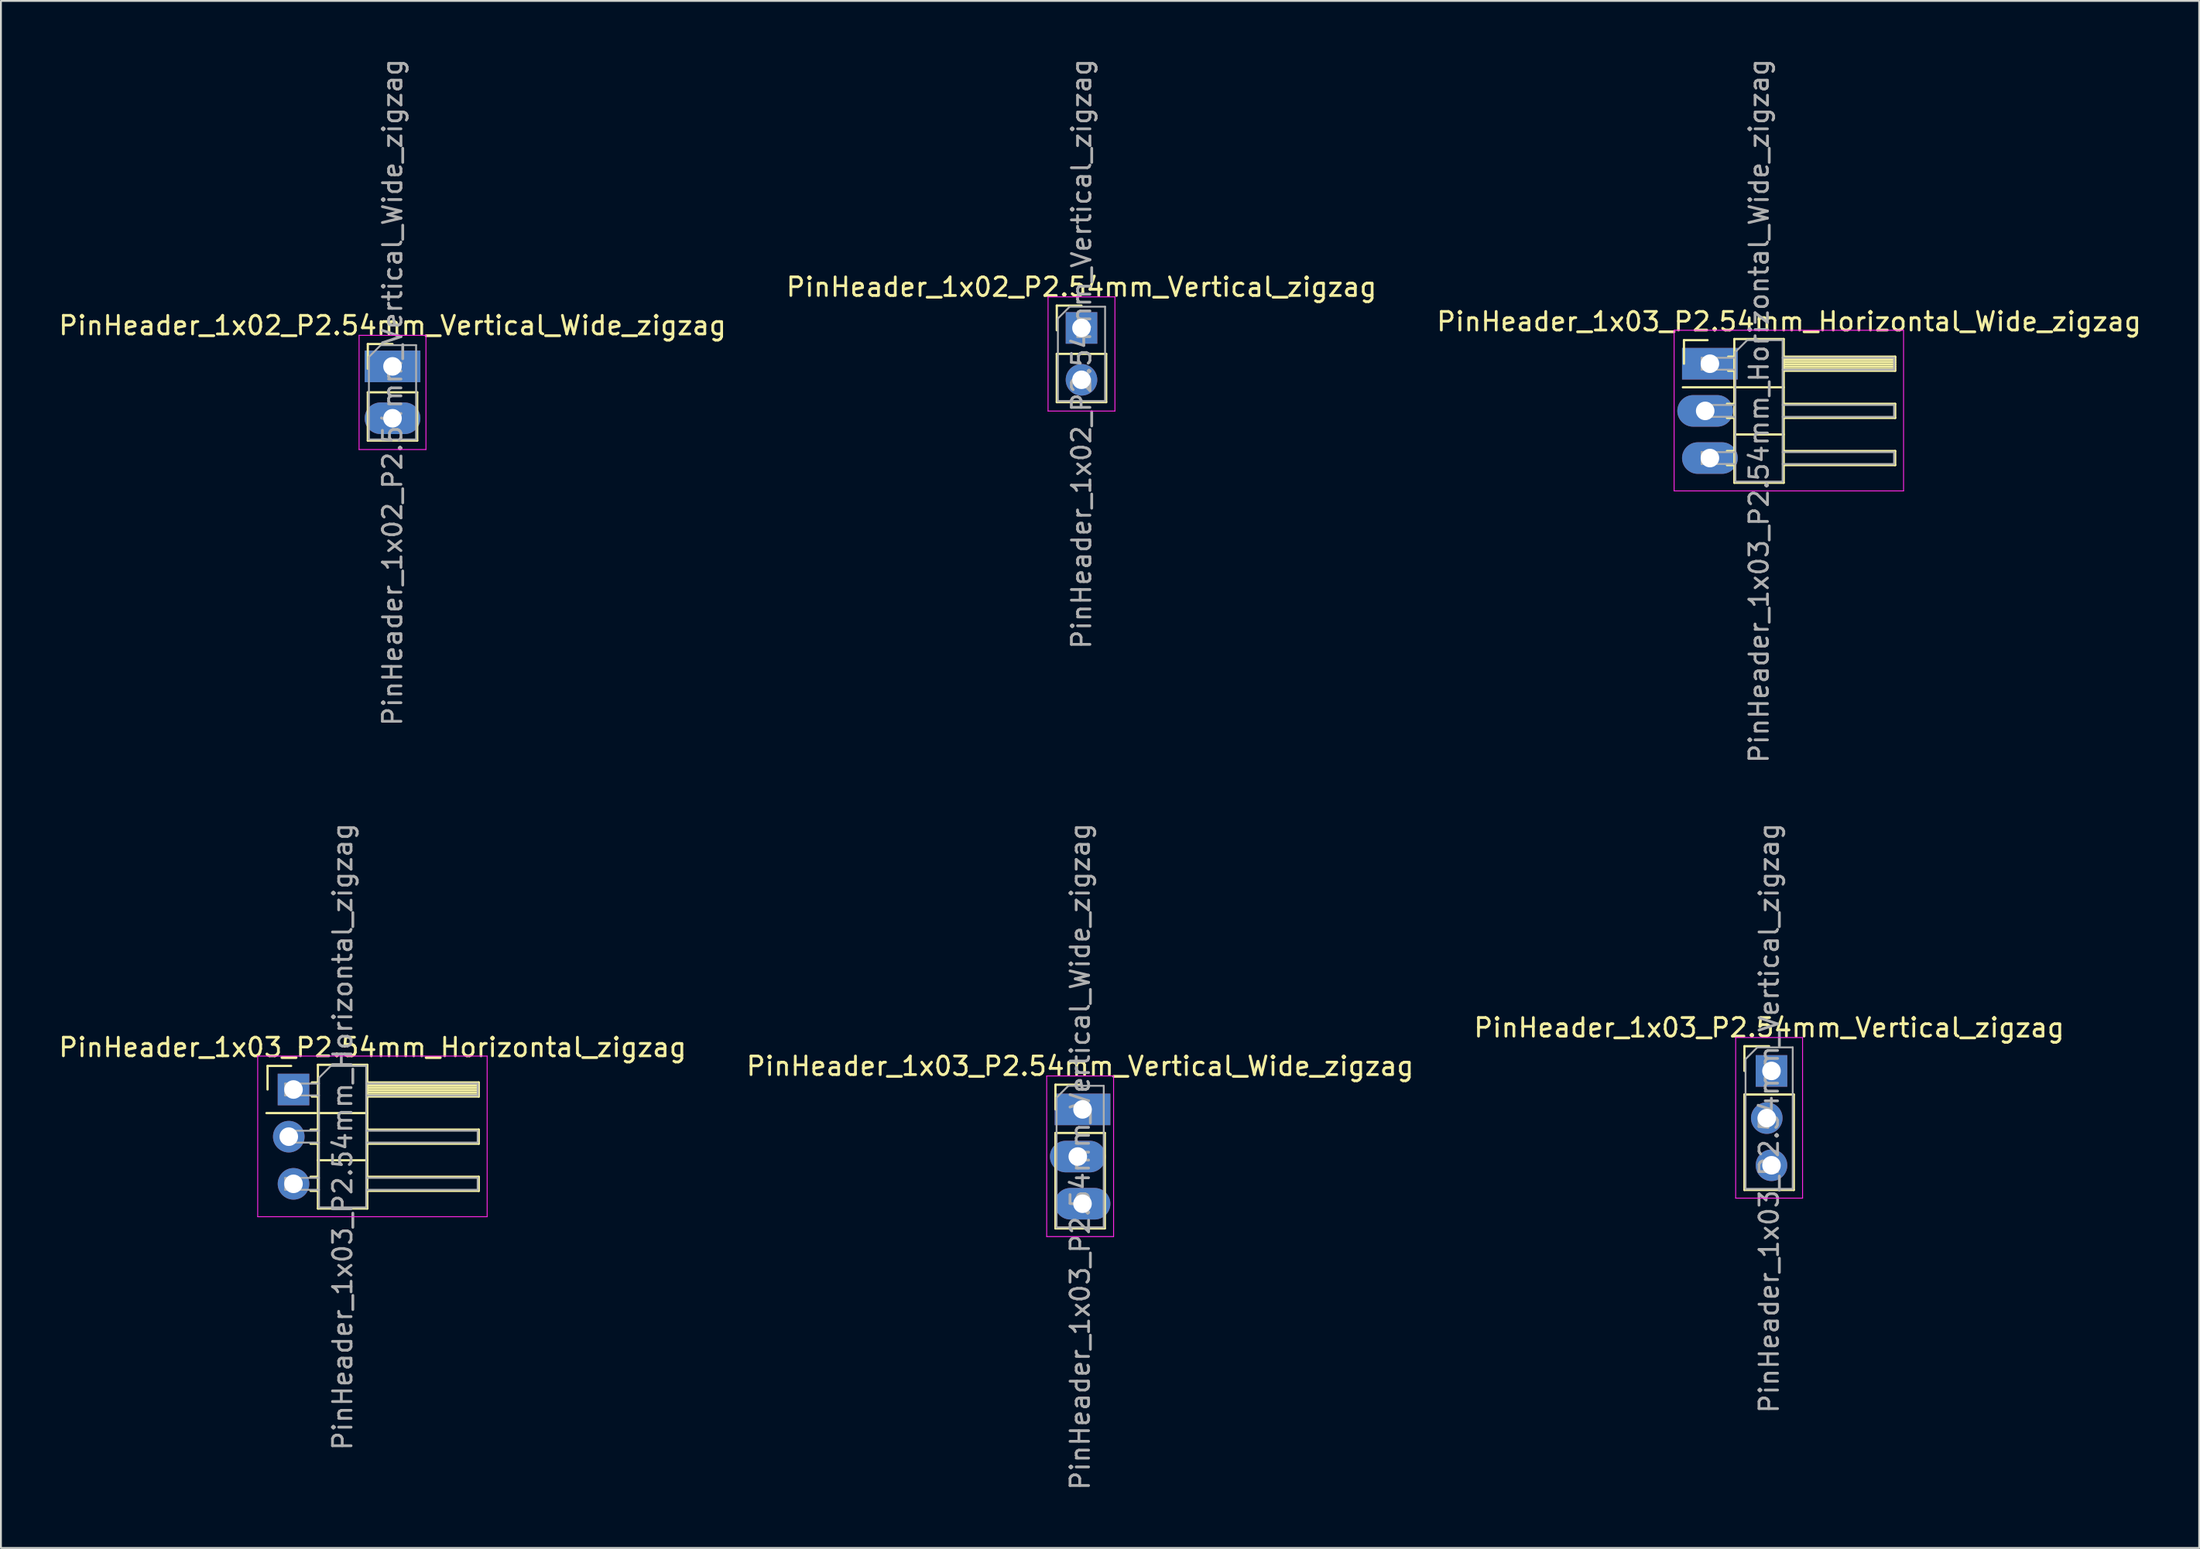
<source format=kicad_pcb>
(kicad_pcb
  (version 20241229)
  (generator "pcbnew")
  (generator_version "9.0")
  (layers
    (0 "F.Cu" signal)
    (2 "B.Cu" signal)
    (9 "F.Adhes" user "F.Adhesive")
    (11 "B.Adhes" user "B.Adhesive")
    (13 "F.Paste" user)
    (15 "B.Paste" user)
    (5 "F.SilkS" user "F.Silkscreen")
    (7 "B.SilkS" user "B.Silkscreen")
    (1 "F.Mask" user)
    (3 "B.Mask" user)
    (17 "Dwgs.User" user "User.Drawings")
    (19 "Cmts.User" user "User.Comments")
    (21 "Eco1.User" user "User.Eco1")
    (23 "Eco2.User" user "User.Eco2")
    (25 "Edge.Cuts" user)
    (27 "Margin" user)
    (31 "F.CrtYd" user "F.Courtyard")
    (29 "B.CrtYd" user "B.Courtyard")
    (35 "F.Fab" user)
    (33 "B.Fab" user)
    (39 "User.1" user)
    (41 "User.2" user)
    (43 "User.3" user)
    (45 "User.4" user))
  (footprint "PinHeader_1x02_P2.54mm_Vertical_zigzag"
    (layer "F.Cu")
    (at 55.161 14.736)
    (property "Reference" "PinHeader_1x02_P2.54mm_Vertical_zigzag" (at 0 -2.33 0) (layer "F.SilkS") (effects (font (size 1 1) (thickness 0.15))))
    (attr through_hole)
    (fp_line (start -1.33 -1.33) (end 0 -1.33) (stroke (width 0.12) (type solid)) (layer "F.SilkS"))
    (fp_line (start -1.33 0) (end -1.33 -1.33) (stroke (width 0.12) (type solid)) (layer "F.SilkS"))
    (fp_line (start -1.33 1.27) (end -1.33 3.87) (stroke (width 0.12) (type solid)) (layer "F.SilkS"))
    (fp_line (start -1.33 1.27) (end 1.33 1.27) (stroke (width 0.12) (type solid)) (layer "F.SilkS"))
    (fp_line (start -1.33 3.87) (end 1.33 3.87) (stroke (width 0.12) (type solid)) (layer "F.SilkS"))
    (fp_line (start 1.33 1.27) (end 1.33 3.87) (stroke (width 0.12) (type solid)) (layer "F.SilkS"))
    (fp_line (start -1.8 -1.8) (end -1.8 4.35) (stroke (width 0.05) (type solid)) (layer "F.CrtYd"))
    (fp_line (start -1.8 4.35) (end 1.8 4.35) (stroke (width 0.05) (type solid)) (layer "F.CrtYd"))
    (fp_line (start 1.8 -1.8) (end -1.8 -1.8) (stroke (width 0.05) (type solid)) (layer "F.CrtYd"))
    (fp_line (start 1.8 4.35) (end 1.8 -1.8) (stroke (width 0.05) (type solid)) (layer "F.CrtYd"))
    (fp_line (start -1.27 -0.635) (end -0.635 -1.27) (stroke (width 0.1) (type solid)) (layer "F.Fab"))
    (fp_line (start -1.27 3.81) (end -1.27 -0.635) (stroke (width 0.1) (type solid)) (layer "F.Fab"))
    (fp_line (start -0.635 -1.27) (end 1.27 -1.27) (stroke (width 0.1) (type solid)) (layer "F.Fab"))
    (fp_line (start 1.27 -1.27) (end 1.27 3.81) (stroke (width 0.1) (type solid)) (layer "F.Fab"))
    (fp_line (start 1.27 3.81) (end -1.27 3.81) (stroke (width 0.1) (type solid)) (layer "F.Fab"))
    (fp_text user "${REFERENCE}" (at 0 1.27 90) (layer "F.Fab") (effects (font (size 1 1) (thickness 0.15))))
    (pad "1" thru_hole rect (at 0 -0.127) (size 1.7 1.7) (drill 1) (layers "*.Cu" "*.Mask"))
    (pad "2" thru_hole oval (at 0 2.667) (size 1.7 1.7) (drill 1) (layers "*.Cu" "*.Mask")))
  (footprint "PinHeader_1x02_P2.54mm_Vertical_Wide_zigzag"
    (layer "F.Cu")
    (at 18.077 16.807)
    (property "Reference" "PinHeader_1x02_P2.54mm_Vertical_Wide_zigzag" (at 0 -2.33 0) (layer "F.SilkS") (effects (font (size 1 1) (thickness 0.15))))
    (attr through_hole)
    (fp_line (start -1.33 -1.33) (end 0 -1.33) (stroke (width 0.12) (type solid)) (layer "F.SilkS"))
    (fp_line (start -1.33 0) (end -1.33 -1.33) (stroke (width 0.12) (type solid)) (layer "F.SilkS"))
    (fp_line (start -1.33 1.27) (end -1.33 3.87) (stroke (width 0.12) (type solid)) (layer "F.SilkS"))
    (fp_line (start -1.33 1.27) (end 1.33 1.27) (stroke (width 0.12) (type solid)) (layer "F.SilkS"))
    (fp_line (start -1.33 3.87) (end 1.33 3.87) (stroke (width 0.12) (type solid)) (layer "F.SilkS"))
    (fp_line (start 1.33 1.27) (end 1.33 3.87) (stroke (width 0.12) (type solid)) (layer "F.SilkS"))
    (fp_line (start -1.8 -1.8) (end -1.8 4.35) (stroke (width 0.05) (type solid)) (layer "F.CrtYd"))
    (fp_line (start -1.8 4.35) (end 1.8 4.35) (stroke (width 0.05) (type solid)) (layer "F.CrtYd"))
    (fp_line (start 1.8 -1.8) (end -1.8 -1.8) (stroke (width 0.05) (type solid)) (layer "F.CrtYd"))
    (fp_line (start 1.8 4.35) (end 1.8 -1.8) (stroke (width 0.05) (type solid)) (layer "F.CrtYd"))
    (fp_line (start -1.27 -0.635) (end -0.635 -1.27) (stroke (width 0.1) (type solid)) (layer "F.Fab"))
    (fp_line (start -1.27 3.81) (end -1.27 -0.635) (stroke (width 0.1) (type solid)) (layer "F.Fab"))
    (fp_line (start -0.635 -1.27) (end 1.27 -1.27) (stroke (width 0.1) (type solid)) (layer "F.Fab"))
    (fp_line (start 1.27 -1.27) (end 1.27 3.81) (stroke (width 0.1) (type solid)) (layer "F.Fab"))
    (fp_line (start 1.27 3.81) (end -1.27 3.81) (stroke (width 0.1) (type solid)) (layer "F.Fab"))
    (fp_text user "${REFERENCE}" (at 0 1.27 90) (layer "F.Fab") (effects (font (size 1 1) (thickness 0.15))))
    (pad "1" thru_hole rect (at 0 -0.127) (size 3 1.7) (drill 1) (layers "*.Cu" "*.Mask"))
    (pad "2" thru_hole oval (at 0 2.667) (size 3 1.7) (drill 1) (layers "*.Cu" "*.Mask")))
  (footprint "PinHeader_1x03_P2.54mm_Horizontal_zigzag"
    (layer "F.Cu")
    (at 12.621 55.621)
    (property "Reference" "PinHeader_1x03_P2.54mm_Horizontal_zigzag" (at 4.385 -2.27 0) (layer "F.SilkS") (effects (font (size 1 1) (thickness 0.15))))
    (attr through_hole)
    (fp_line (start -1.33 1.27) (end 1.33 1.27) (stroke (width 0.12) (type solid)) (layer "F.SilkS"))
    (fp_line (start -1.27 -1.27) (end 0 -1.27) (stroke (width 0.12) (type solid)) (layer "F.SilkS"))
    (fp_line (start -1.27 0) (end -1.27 -1.27) (stroke (width 0.12) (type solid)) (layer "F.SilkS"))
    (fp_line (start 1.043 2.16) (end 1.44 2.16) (stroke (width 0.12) (type solid)) (layer "F.SilkS"))
    (fp_line (start 1.043 2.92) (end 1.44 2.92) (stroke (width 0.12) (type solid)) (layer "F.SilkS"))
    (fp_line (start 1.043 4.7) (end 1.44 4.7) (stroke (width 0.12) (type solid)) (layer "F.SilkS"))
    (fp_line (start 1.043 5.46) (end 1.44 5.46) (stroke (width 0.12) (type solid)) (layer "F.SilkS"))
    (fp_line (start 1.11 -0.38) (end 1.44 -0.38) (stroke (width 0.12) (type solid)) (layer "F.SilkS"))
    (fp_line (start 1.11 0.38) (end 1.44 0.38) (stroke (width 0.12) (type solid)) (layer "F.SilkS"))
    (fp_line (start 1.44 -1.33) (end 1.44 6.41) (stroke (width 0.12) (type solid)) (layer "F.SilkS"))
    (fp_line (start 1.44 1.27) (end 4.1 1.27) (stroke (width 0.12) (type solid)) (layer "F.SilkS"))
    (fp_line (start 1.44 3.81) (end 4.1 3.81) (stroke (width 0.12) (type solid)) (layer "F.SilkS"))
    (fp_line (start 1.44 6.41) (end 4.1 6.41) (stroke (width 0.12) (type solid)) (layer "F.SilkS"))
    (fp_line (start 4.1 -1.33) (end 1.44 -1.33) (stroke (width 0.12) (type solid)) (layer "F.SilkS"))
    (fp_line (start 4.1 -0.38) (end 10.1 -0.38) (stroke (width 0.12) (type solid)) (layer "F.SilkS"))
    (fp_line (start 4.1 -0.32) (end 10.1 -0.32) (stroke (width 0.12) (type solid)) (layer "F.SilkS"))
    (fp_line (start 4.1 -0.2) (end 10.1 -0.2) (stroke (width 0.12) (type solid)) (layer "F.SilkS"))
    (fp_line (start 4.1 -0.08) (end 10.1 -0.08) (stroke (width 0.12) (type solid)) (layer "F.SilkS"))
    (fp_line (start 4.1 0.04) (end 10.1 0.04) (stroke (width 0.12) (type solid)) (layer "F.SilkS"))
    (fp_line (start 4.1 0.16) (end 10.1 0.16) (stroke (width 0.12) (type solid)) (layer "F.SilkS"))
    (fp_line (start 4.1 0.28) (end 10.1 0.28) (stroke (width 0.12) (type solid)) (layer "F.SilkS"))
    (fp_line (start 4.1 2.16) (end 10.1 2.16) (stroke (width 0.12) (type solid)) (layer "F.SilkS"))
    (fp_line (start 4.1 4.7) (end 10.1 4.7) (stroke (width 0.12) (type solid)) (layer "F.SilkS"))
    (fp_line (start 4.1 6.41) (end 4.1 -1.33) (stroke (width 0.12) (type solid)) (layer "F.SilkS"))
    (fp_line (start 10.1 -0.38) (end 10.1 0.38) (stroke (width 0.12) (type solid)) (layer "F.SilkS"))
    (fp_line (start 10.1 0.38) (end 4.1 0.38) (stroke (width 0.12) (type solid)) (layer "F.SilkS"))
    (fp_line (start 10.1 2.16) (end 10.1 2.92) (stroke (width 0.12) (type solid)) (layer "F.SilkS"))
    (fp_line (start 10.1 2.92) (end 4.1 2.92) (stroke (width 0.12) (type solid)) (layer "F.SilkS"))
    (fp_line (start 10.1 4.7) (end 10.1 5.46) (stroke (width 0.12) (type solid)) (layer "F.SilkS"))
    (fp_line (start 10.1 5.46) (end 4.1 5.46) (stroke (width 0.12) (type solid)) (layer "F.SilkS"))
    (fp_line (start -1.8 -1.8) (end -1.8 6.85) (stroke (width 0.05) (type solid)) (layer "F.CrtYd"))
    (fp_line (start -1.8 6.85) (end 10.55 6.85) (stroke (width 0.05) (type solid)) (layer "F.CrtYd"))
    (fp_line (start 10.55 -1.8) (end -1.8 -1.8) (stroke (width 0.05) (type solid)) (layer "F.CrtYd"))
    (fp_line (start 10.55 6.85) (end 10.55 -1.8) (stroke (width 0.05) (type solid)) (layer "F.CrtYd"))
    (fp_line (start -0.32 -0.32) (end -0.32 0.32) (stroke (width 0.1) (type solid)) (layer "F.Fab"))
    (fp_line (start -0.32 -0.32) (end 1.5 -0.32) (stroke (width 0.1) (type solid)) (layer "F.Fab"))
    (fp_line (start -0.32 0.32) (end 1.5 0.32) (stroke (width 0.1) (type solid)) (layer "F.Fab"))
    (fp_line (start -0.32 2.22) (end -0.32 2.86) (stroke (width 0.1) (type solid)) (layer "F.Fab"))
    (fp_line (start -0.32 2.22) (end 1.5 2.22) (stroke (width 0.1) (type solid)) (layer "F.Fab"))
    (fp_line (start -0.32 2.86) (end 1.5 2.86) (stroke (width 0.1) (type solid)) (layer "F.Fab"))
    (fp_line (start -0.32 4.76) (end -0.32 5.4) (stroke (width 0.1) (type solid)) (layer "F.Fab"))
    (fp_line (start -0.32 4.76) (end 1.5 4.76) (stroke (width 0.1) (type solid)) (layer "F.Fab"))
    (fp_line (start -0.32 5.4) (end 1.5 5.4) (stroke (width 0.1) (type solid)) (layer "F.Fab"))
    (fp_line (start 1.5 -0.635) (end 2.135 -1.27) (stroke (width 0.1) (type solid)) (layer "F.Fab"))
    (fp_line (start 1.5 6.35) (end 1.5 -0.635) (stroke (width 0.1) (type solid)) (layer "F.Fab"))
    (fp_line (start 2.135 -1.27) (end 4.04 -1.27) (stroke (width 0.1) (type solid)) (layer "F.Fab"))
    (fp_line (start 4.04 -1.27) (end 4.04 6.35) (stroke (width 0.1) (type solid)) (layer "F.Fab"))
    (fp_line (start 4.04 -0.32) (end 10.04 -0.32) (stroke (width 0.1) (type solid)) (layer "F.Fab"))
    (fp_line (start 4.04 0.32) (end 10.04 0.32) (stroke (width 0.1) (type solid)) (layer "F.Fab"))
    (fp_line (start 4.04 2.22) (end 10.04 2.22) (stroke (width 0.1) (type solid)) (layer "F.Fab"))
    (fp_line (start 4.04 2.86) (end 10.04 2.86) (stroke (width 0.1) (type solid)) (layer "F.Fab"))
    (fp_line (start 4.04 4.76) (end 10.04 4.76) (stroke (width 0.1) (type solid)) (layer "F.Fab"))
    (fp_line (start 4.04 5.4) (end 10.04 5.4) (stroke (width 0.1) (type solid)) (layer "F.Fab"))
    (fp_line (start 4.04 6.35) (end 1.5 6.35) (stroke (width 0.1) (type solid)) (layer "F.Fab"))
    (fp_line (start 10.04 -0.32) (end 10.04 0.32) (stroke (width 0.1) (type solid)) (layer "F.Fab"))
    (fp_line (start 10.04 2.22) (end 10.04 2.86) (stroke (width 0.1) (type solid)) (layer "F.Fab"))
    (fp_line (start 10.04 4.76) (end 10.04 5.4) (stroke (width 0.1) (type solid)) (layer "F.Fab"))
    (fp_text user "${REFERENCE}" (at 2.77 2.54 90) (layer "F.Fab") (effects (font (size 1 1) (thickness 0.15))))
    (pad "1" thru_hole rect (at 0.127 0) (size 1.7 1.7) (drill 1) (layers "*.Cu" "*.Mask"))
    (pad "2" thru_hole oval (at -0.127 2.54) (size 1.7 1.7) (drill 1) (layers "*.Cu" "*.Mask"))
    (pad "3" thru_hole oval (at 0.127 5.08) (size 1.7 1.7) (drill 1) (layers "*.Cu" "*.Mask")))
  (footprint "PinHeader_1x03_P2.54mm_Horizontal_Wide_zigzag"
    (layer "F.Cu")
    (at 88.859 16.537)
    (property "Reference" "PinHeader_1x03_P2.54mm_Horizontal_Wide_zigzag" (at 4.385 -2.27 0) (layer "F.SilkS") (effects (font (size 1 1) (thickness 0.15))))
    (attr through_hole)
    (fp_line (start -1.33 1.27) (end 1.33 1.27) (stroke (width 0.12) (type solid)) (layer "F.SilkS"))
    (fp_line (start -1.27 -1.27) (end 0 -1.27) (stroke (width 0.12) (type solid)) (layer "F.SilkS"))
    (fp_line (start -1.27 0) (end -1.27 -1.27) (stroke (width 0.12) (type solid)) (layer "F.SilkS"))
    (fp_line (start 1.043 2.16) (end 1.44 2.16) (stroke (width 0.12) (type solid)) (layer "F.SilkS"))
    (fp_line (start 1.043 2.92) (end 1.44 2.92) (stroke (width 0.12) (type solid)) (layer "F.SilkS"))
    (fp_line (start 1.043 4.7) (end 1.44 4.7) (stroke (width 0.12) (type solid)) (layer "F.SilkS"))
    (fp_line (start 1.043 5.46) (end 1.44 5.46) (stroke (width 0.12) (type solid)) (layer "F.SilkS"))
    (fp_line (start 1.11 -0.38) (end 1.44 -0.38) (stroke (width 0.12) (type solid)) (layer "F.SilkS"))
    (fp_line (start 1.11 0.38) (end 1.44 0.38) (stroke (width 0.12) (type solid)) (layer "F.SilkS"))
    (fp_line (start 1.44 -1.33) (end 1.44 6.41) (stroke (width 0.12) (type solid)) (layer "F.SilkS"))
    (fp_line (start 1.44 1.27) (end 4.1 1.27) (stroke (width 0.12) (type solid)) (layer "F.SilkS"))
    (fp_line (start 1.44 3.81) (end 4.1 3.81) (stroke (width 0.12) (type solid)) (layer "F.SilkS"))
    (fp_line (start 1.44 6.41) (end 4.1 6.41) (stroke (width 0.12) (type solid)) (layer "F.SilkS"))
    (fp_line (start 4.1 -1.33) (end 1.44 -1.33) (stroke (width 0.12) (type solid)) (layer "F.SilkS"))
    (fp_line (start 4.1 -0.38) (end 10.1 -0.38) (stroke (width 0.12) (type solid)) (layer "F.SilkS"))
    (fp_line (start 4.1 -0.32) (end 10.1 -0.32) (stroke (width 0.12) (type solid)) (layer "F.SilkS"))
    (fp_line (start 4.1 -0.2) (end 10.1 -0.2) (stroke (width 0.12) (type solid)) (layer "F.SilkS"))
    (fp_line (start 4.1 -0.08) (end 10.1 -0.08) (stroke (width 0.12) (type solid)) (layer "F.SilkS"))
    (fp_line (start 4.1 0.04) (end 10.1 0.04) (stroke (width 0.12) (type solid)) (layer "F.SilkS"))
    (fp_line (start 4.1 0.16) (end 10.1 0.16) (stroke (width 0.12) (type solid)) (layer "F.SilkS"))
    (fp_line (start 4.1 0.28) (end 10.1 0.28) (stroke (width 0.12) (type solid)) (layer "F.SilkS"))
    (fp_line (start 4.1 2.16) (end 10.1 2.16) (stroke (width 0.12) (type solid)) (layer "F.SilkS"))
    (fp_line (start 4.1 4.7) (end 10.1 4.7) (stroke (width 0.12) (type solid)) (layer "F.SilkS"))
    (fp_line (start 4.1 6.41) (end 4.1 -1.33) (stroke (width 0.12) (type solid)) (layer "F.SilkS"))
    (fp_line (start 10.1 -0.38) (end 10.1 0.38) (stroke (width 0.12) (type solid)) (layer "F.SilkS"))
    (fp_line (start 10.1 0.38) (end 4.1 0.38) (stroke (width 0.12) (type solid)) (layer "F.SilkS"))
    (fp_line (start 10.1 2.16) (end 10.1 2.92) (stroke (width 0.12) (type solid)) (layer "F.SilkS"))
    (fp_line (start 10.1 2.92) (end 4.1 2.92) (stroke (width 0.12) (type solid)) (layer "F.SilkS"))
    (fp_line (start 10.1 4.7) (end 10.1 5.46) (stroke (width 0.12) (type solid)) (layer "F.SilkS"))
    (fp_line (start 10.1 5.46) (end 4.1 5.46) (stroke (width 0.12) (type solid)) (layer "F.SilkS"))
    (fp_line (start -1.8 -1.8) (end -1.8 6.85) (stroke (width 0.05) (type solid)) (layer "F.CrtYd"))
    (fp_line (start -1.8 6.85) (end 10.55 6.85) (stroke (width 0.05) (type solid)) (layer "F.CrtYd"))
    (fp_line (start 10.55 -1.8) (end -1.8 -1.8) (stroke (width 0.05) (type solid)) (layer "F.CrtYd"))
    (fp_line (start 10.55 6.85) (end 10.55 -1.8) (stroke (width 0.05) (type solid)) (layer "F.CrtYd"))
    (fp_line (start -0.32 -0.32) (end -0.32 0.32) (stroke (width 0.1) (type solid)) (layer "F.Fab"))
    (fp_line (start -0.32 -0.32) (end 1.5 -0.32) (stroke (width 0.1) (type solid)) (layer "F.Fab"))
    (fp_line (start -0.32 0.32) (end 1.5 0.32) (stroke (width 0.1) (type solid)) (layer "F.Fab"))
    (fp_line (start -0.32 2.22) (end -0.32 2.86) (stroke (width 0.1) (type solid)) (layer "F.Fab"))
    (fp_line (start -0.32 2.22) (end 1.5 2.22) (stroke (width 0.1) (type solid)) (layer "F.Fab"))
    (fp_line (start -0.32 2.86) (end 1.5 2.86) (stroke (width 0.1) (type solid)) (layer "F.Fab"))
    (fp_line (start -0.32 4.76) (end -0.32 5.4) (stroke (width 0.1) (type solid)) (layer "F.Fab"))
    (fp_line (start -0.32 4.76) (end 1.5 4.76) (stroke (width 0.1) (type solid)) (layer "F.Fab"))
    (fp_line (start -0.32 5.4) (end 1.5 5.4) (stroke (width 0.1) (type solid)) (layer "F.Fab"))
    (fp_line (start 1.5 -0.635) (end 2.135 -1.27) (stroke (width 0.1) (type solid)) (layer "F.Fab"))
    (fp_line (start 1.5 6.35) (end 1.5 -0.635) (stroke (width 0.1) (type solid)) (layer "F.Fab"))
    (fp_line (start 2.135 -1.27) (end 4.04 -1.27) (stroke (width 0.1) (type solid)) (layer "F.Fab"))
    (fp_line (start 4.04 -1.27) (end 4.04 6.35) (stroke (width 0.1) (type solid)) (layer "F.Fab"))
    (fp_line (start 4.04 -0.32) (end 10.04 -0.32) (stroke (width 0.1) (type solid)) (layer "F.Fab"))
    (fp_line (start 4.04 0.32) (end 10.04 0.32) (stroke (width 0.1) (type solid)) (layer "F.Fab"))
    (fp_line (start 4.04 2.22) (end 10.04 2.22) (stroke (width 0.1) (type solid)) (layer "F.Fab"))
    (fp_line (start 4.04 2.86) (end 10.04 2.86) (stroke (width 0.1) (type solid)) (layer "F.Fab"))
    (fp_line (start 4.04 4.76) (end 10.04 4.76) (stroke (width 0.1) (type solid)) (layer "F.Fab"))
    (fp_line (start 4.04 5.4) (end 10.04 5.4) (stroke (width 0.1) (type solid)) (layer "F.Fab"))
    (fp_line (start 4.04 6.35) (end 1.5 6.35) (stroke (width 0.1) (type solid)) (layer "F.Fab"))
    (fp_line (start 10.04 -0.32) (end 10.04 0.32) (stroke (width 0.1) (type solid)) (layer "F.Fab"))
    (fp_line (start 10.04 2.22) (end 10.04 2.86) (stroke (width 0.1) (type solid)) (layer "F.Fab"))
    (fp_line (start 10.04 4.76) (end 10.04 5.4) (stroke (width 0.1) (type solid)) (layer "F.Fab"))
    (fp_text user "${REFERENCE}" (at 2.77 2.54 90) (layer "F.Fab") (effects (font (size 1 1) (thickness 0.15))))
    (pad "1" thru_hole rect (at 0.127 0) (size 3 1.7) (drill 1) (layers "*.Cu" "*.Mask"))
    (pad "2" thru_hole oval (at -0.127 2.54) (size 3 1.7) (drill 1) (layers "*.Cu" "*.Mask"))
    (pad "3" thru_hole oval (at 0.127 5.08) (size 3 1.7) (drill 1) (layers "*.Cu" "*.Mask")))
  (footprint "PinHeader_1x03_P2.54mm_Vertical_Wide_zigzag"
    (layer "F.Cu")
    (at 55.089 56.692)
    (property "Reference" "PinHeader_1x03_P2.54mm_Vertical_Wide_zigzag" (at 0 -2.33 0) (layer "F.SilkS") (effects (font (size 1 1) (thickness 0.15))))
    (attr through_hole)
    (fp_line (start -1.33 -1.33) (end 0 -1.33) (stroke (width 0.12) (type solid)) (layer "F.SilkS"))
    (fp_line (start -1.33 0) (end -1.33 -1.33) (stroke (width 0.12) (type solid)) (layer "F.SilkS"))
    (fp_line (start -1.33 1.27) (end -1.33 6.41) (stroke (width 0.12) (type solid)) (layer "F.SilkS"))
    (fp_line (start -1.33 1.27) (end 1.33 1.27) (stroke (width 0.12) (type solid)) (layer "F.SilkS"))
    (fp_line (start -1.33 6.41) (end 1.33 6.41) (stroke (width 0.12) (type solid)) (layer "F.SilkS"))
    (fp_line (start 1.33 1.27) (end 1.33 6.41) (stroke (width 0.12) (type solid)) (layer "F.SilkS"))
    (fp_line (start -1.8 -1.8) (end -1.8 6.85) (stroke (width 0.05) (type solid)) (layer "F.CrtYd"))
    (fp_line (start -1.8 6.85) (end 1.8 6.85) (stroke (width 0.05) (type solid)) (layer "F.CrtYd"))
    (fp_line (start 1.8 -1.8) (end -1.8 -1.8) (stroke (width 0.05) (type solid)) (layer "F.CrtYd"))
    (fp_line (start 1.8 6.85) (end 1.8 -1.8) (stroke (width 0.05) (type solid)) (layer "F.CrtYd"))
    (fp_line (start -1.27 -0.635) (end -0.635 -1.27) (stroke (width 0.1) (type solid)) (layer "F.Fab"))
    (fp_line (start -1.27 6.35) (end -1.27 -0.635) (stroke (width 0.1) (type solid)) (layer "F.Fab"))
    (fp_line (start -0.635 -1.27) (end 1.27 -1.27) (stroke (width 0.1) (type solid)) (layer "F.Fab"))
    (fp_line (start 1.27 -1.27) (end 1.27 6.35) (stroke (width 0.1) (type solid)) (layer "F.Fab"))
    (fp_line (start 1.27 6.35) (end -1.27 6.35) (stroke (width 0.1) (type solid)) (layer "F.Fab"))
    (fp_text user "${REFERENCE}" (at 0 2.54 90) (layer "F.Fab") (effects (font (size 1 1) (thickness 0.15))))
    (pad "1" thru_hole rect (at 0.127 0) (size 3 1.7) (drill 1) (layers "*.Cu" "*.Mask"))
    (pad "2" thru_hole oval (at -0.127 2.54) (size 3 1.7) (drill 1) (layers "*.Cu" "*.Mask"))
    (pad "3" thru_hole oval (at 0.127 5.08) (size 3 1.7) (drill 1) (layers "*.Cu" "*.Mask")))
  (footprint "PinHeader_1x03_P2.54mm_Vertical_zigzag"
    (layer "F.Cu")
    (at 92.173 54.621)
    (property "Reference" "PinHeader_1x03_P2.54mm_Vertical_zigzag" (at 0 -2.33 0) (layer "F.SilkS") (effects (font (size 1 1) (thickness 0.15))))
    (attr through_hole)
    (fp_line (start -1.33 -1.33) (end 0 -1.33) (stroke (width 0.12) (type solid)) (layer "F.SilkS"))
    (fp_line (start -1.33 0) (end -1.33 -1.33) (stroke (width 0.12) (type solid)) (layer "F.SilkS"))
    (fp_line (start -1.33 1.27) (end -1.33 6.41) (stroke (width 0.12) (type solid)) (layer "F.SilkS"))
    (fp_line (start -1.33 1.27) (end 1.33 1.27) (stroke (width 0.12) (type solid)) (layer "F.SilkS"))
    (fp_line (start -1.33 6.41) (end 1.33 6.41) (stroke (width 0.12) (type solid)) (layer "F.SilkS"))
    (fp_line (start 1.33 1.27) (end 1.33 6.41) (stroke (width 0.12) (type solid)) (layer "F.SilkS"))
    (fp_line (start -1.8 -1.8) (end -1.8 6.85) (stroke (width 0.05) (type solid)) (layer "F.CrtYd"))
    (fp_line (start -1.8 6.85) (end 1.8 6.85) (stroke (width 0.05) (type solid)) (layer "F.CrtYd"))
    (fp_line (start 1.8 -1.8) (end -1.8 -1.8) (stroke (width 0.05) (type solid)) (layer "F.CrtYd"))
    (fp_line (start 1.8 6.85) (end 1.8 -1.8) (stroke (width 0.05) (type solid)) (layer "F.CrtYd"))
    (fp_line (start -1.27 -0.635) (end -0.635 -1.27) (stroke (width 0.1) (type solid)) (layer "F.Fab"))
    (fp_line (start -1.27 6.35) (end -1.27 -0.635) (stroke (width 0.1) (type solid)) (layer "F.Fab"))
    (fp_line (start -0.635 -1.27) (end 1.27 -1.27) (stroke (width 0.1) (type solid)) (layer "F.Fab"))
    (fp_line (start 1.27 -1.27) (end 1.27 6.35) (stroke (width 0.1) (type solid)) (layer "F.Fab"))
    (fp_line (start 1.27 6.35) (end -1.27 6.35) (stroke (width 0.1) (type solid)) (layer "F.Fab"))
    (fp_text user "${REFERENCE}" (at 0 2.54 90) (layer "F.Fab") (effects (font (size 1 1) (thickness 0.15))))
    (pad "1" thru_hole rect (at 0.127 0) (size 1.7 1.7) (drill 1) (layers "*.Cu" "*.Mask"))
    (pad "2" thru_hole oval (at -0.127 2.54) (size 1.7 1.7) (drill 1) (layers "*.Cu" "*.Mask"))
    (pad "3" thru_hole oval (at 0.127 5.08) (size 1.7 1.7) (drill 1) (layers "*.Cu" "*.Mask")))
  (gr_rect
    (start -3 -3)
    (end 115.321 80.31)
    (stroke (width 0.1) (type default))
    (fill no)
    (layer "Edge.Cuts")))
</source>
